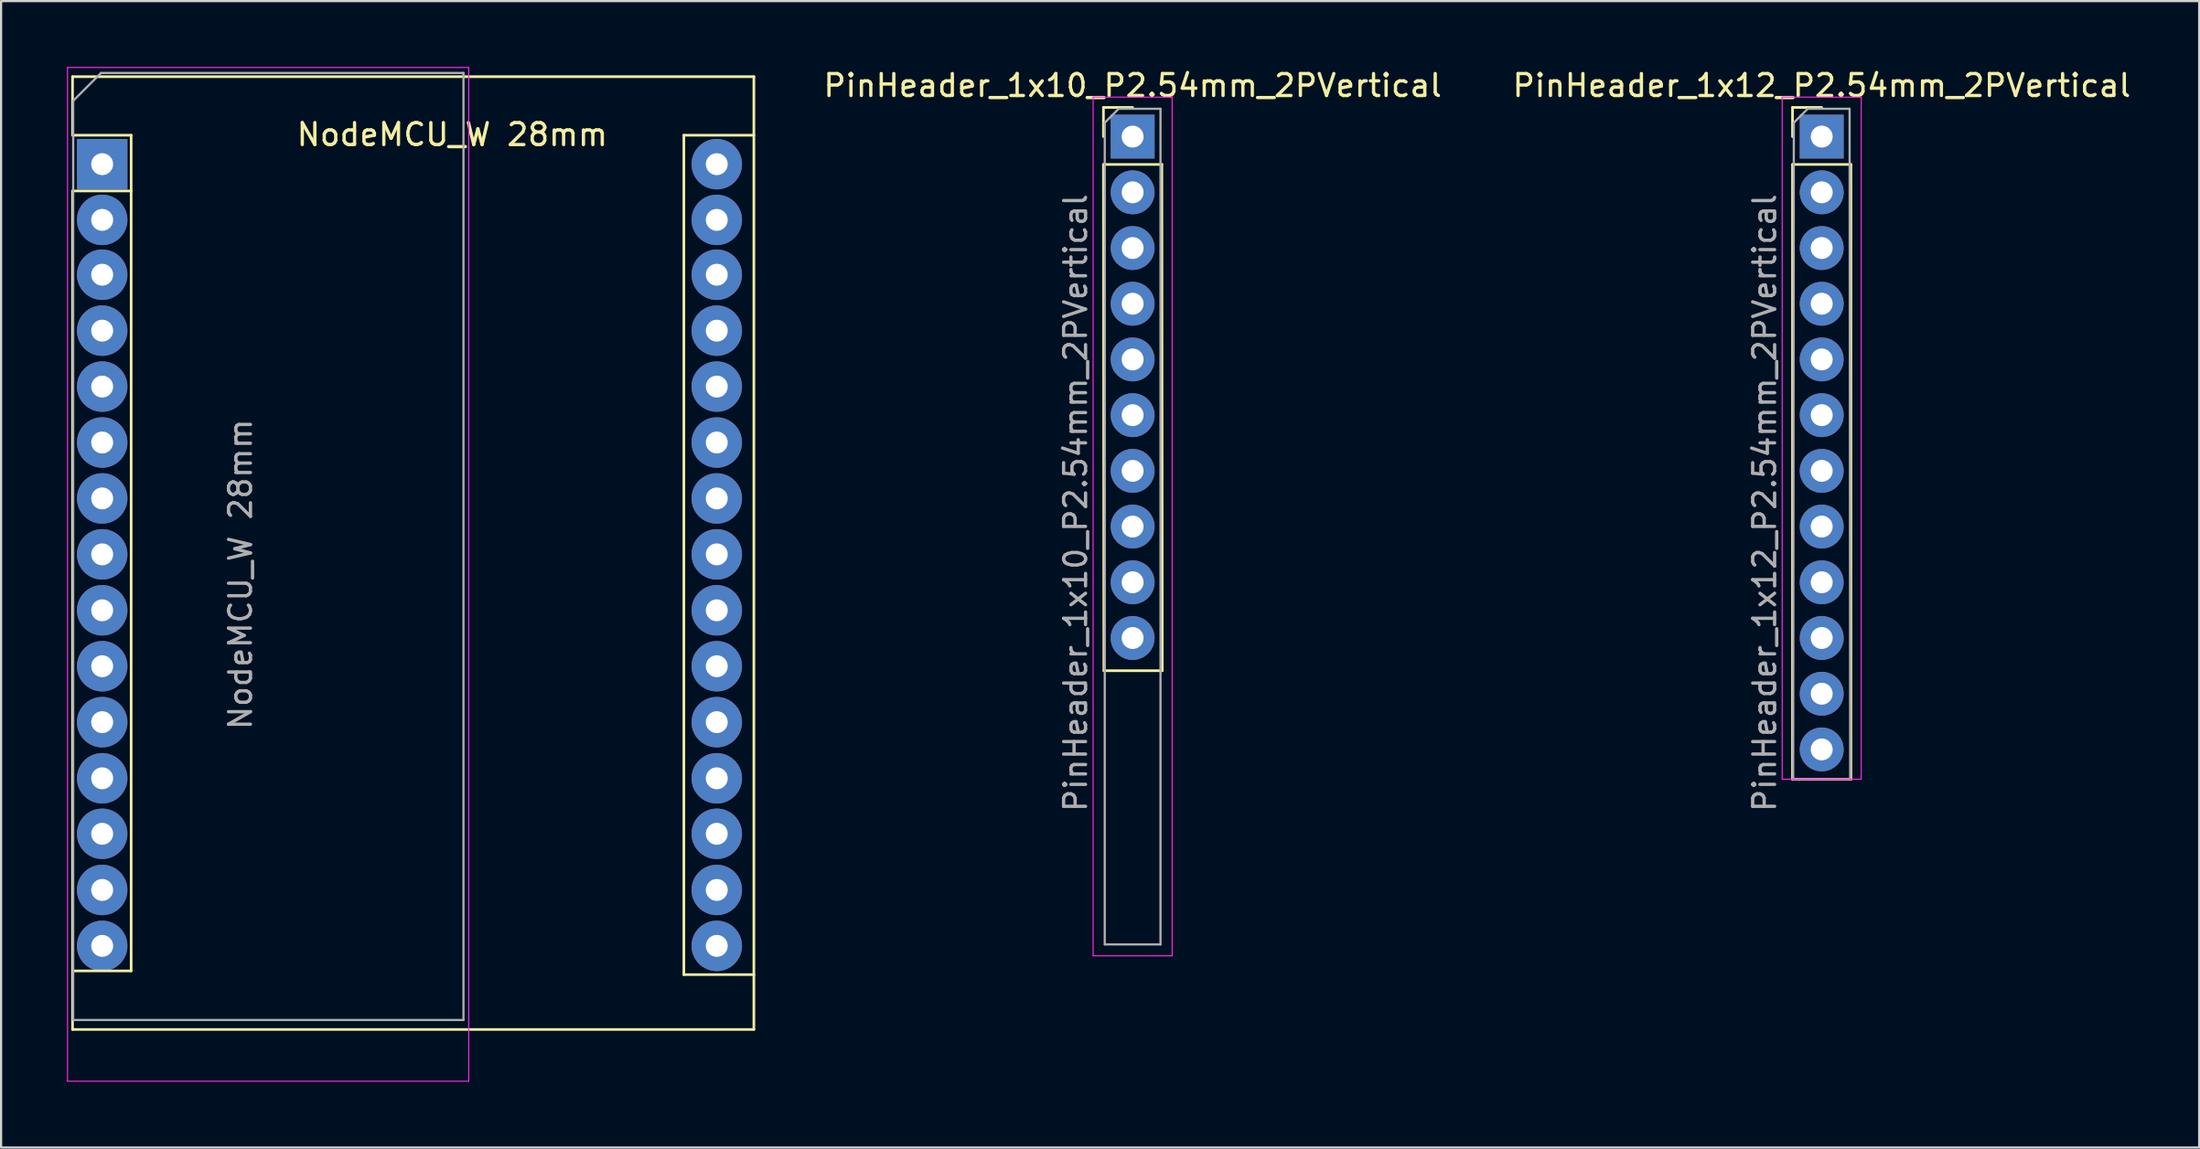
<source format=kicad_pcb>
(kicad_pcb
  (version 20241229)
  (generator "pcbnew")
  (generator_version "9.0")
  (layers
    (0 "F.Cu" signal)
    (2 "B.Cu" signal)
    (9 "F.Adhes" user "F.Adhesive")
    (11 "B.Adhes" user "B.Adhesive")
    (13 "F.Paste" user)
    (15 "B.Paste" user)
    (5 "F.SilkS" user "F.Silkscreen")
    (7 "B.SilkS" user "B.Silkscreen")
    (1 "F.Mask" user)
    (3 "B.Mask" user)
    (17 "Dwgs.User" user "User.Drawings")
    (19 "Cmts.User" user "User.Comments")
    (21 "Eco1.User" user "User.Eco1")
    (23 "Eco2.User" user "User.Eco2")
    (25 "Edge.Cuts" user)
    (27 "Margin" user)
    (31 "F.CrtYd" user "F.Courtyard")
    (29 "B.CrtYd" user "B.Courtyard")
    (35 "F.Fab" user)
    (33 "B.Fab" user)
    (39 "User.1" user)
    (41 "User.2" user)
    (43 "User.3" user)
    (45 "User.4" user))
  (footprint "PinHeader_1x10_P2.54mm_2PVertical"
    (layer "F.Cu")
    (at 48.551 3.178)
    (property "Reference" "PinHeader_1x10_P2.54mm_2PVertical" (at 0 -2.33 0) (layer "F.SilkS") (effects (font (size 1 1) (thickness 0.15))))
    (attr through_hole)
    (fp_line (start -1.33 -1.33) (end 0 -1.33) (stroke (width 0.12) (type solid)) (layer "F.SilkS"))
    (fp_line (start -1.33 0) (end -1.33 -1.33) (stroke (width 0.12) (type solid)) (layer "F.SilkS"))
    (fp_line (start -1.33 1.27) (end -1.31 24.35) (stroke (width 0.12) (type solid)) (layer "F.SilkS"))
    (fp_line (start -1.33 1.27) (end 1.33 1.27) (stroke (width 0.12) (type solid)) (layer "F.SilkS"))
    (fp_line (start -1.31 24.35) (end 1.35 24.35) (stroke (width 0.12) (type solid)) (layer "F.SilkS"))
    (fp_line (start 1.33 1.27) (end 1.35 24.35) (stroke (width 0.12) (type solid)) (layer "F.SilkS"))
    (fp_line (start -1.8 -1.8) (end -1.8 37.35) (stroke (width 0.05) (type solid)) (layer "F.CrtYd"))
    (fp_line (start -1.8 37.35) (end 1.8 37.35) (stroke (width 0.05) (type solid)) (layer "F.CrtYd"))
    (fp_line (start 1.8 -1.8) (end -1.8 -1.8) (stroke (width 0.05) (type solid)) (layer "F.CrtYd"))
    (fp_line (start 1.8 37.35) (end 1.8 -1.8) (stroke (width 0.05) (type solid)) (layer "F.CrtYd"))
    (fp_line (start -1.27 -0.635) (end -0.635 -1.27) (stroke (width 0.1) (type solid)) (layer "F.Fab"))
    (fp_line (start -1.27 36.83) (end -1.27 -0.635) (stroke (width 0.1) (type solid)) (layer "F.Fab"))
    (fp_line (start -0.635 -1.27) (end 1.27 -1.27) (stroke (width 0.1) (type solid)) (layer "F.Fab"))
    (fp_line (start 1.27 -1.27) (end 1.27 36.83) (stroke (width 0.1) (type solid)) (layer "F.Fab"))
    (fp_line (start 1.27 36.83) (end -1.27 36.83) (stroke (width 0.1) (type solid)) (layer "F.Fab"))
    (fp_text user "${REFERENCE}" (at -2.6 16.7 90) (layer "F.Fab") (effects (font (size 1 1) (thickness 0.15))))
    (pad "1" thru_hole rect (at 0 0) (size 2 2) (drill 1) (layers "*.Cu" "*.Mask"))
    (pad "2" thru_hole oval (at 0 2.54) (size 2 2) (drill 1) (layers "*.Cu" "*.Mask"))
    (pad "3" thru_hole circle (at 0 5.08) (size 2 2) (drill 1) (layers "*.Cu" "*.Mask"))
    (pad "4" thru_hole circle (at 0 7.62) (size 2 2) (drill 1) (layers "*.Cu" "*.Mask"))
    (pad "5" thru_hole circle (at 0 10.16) (size 2 2) (drill 1) (layers "*.Cu" "*.Mask"))
    (pad "6" thru_hole circle (at 0 12.7) (size 2 2) (drill 1) (layers "*.Cu" "*.Mask"))
    (pad "7" thru_hole circle (at 0 15.24) (size 2 2) (drill 1) (layers "*.Cu" "*.Mask"))
    (pad "8" thru_hole circle (at 0 17.78) (size 2 2) (drill 1) (layers "*.Cu" "*.Mask"))
    (pad "9" thru_hole circle (at 0 20.32) (size 2 2) (drill 1) (layers "*.Cu" "*.Mask"))
    (pad "10" thru_hole circle (at 0 22.86) (size 2 2) (drill 1) (layers "*.Cu" "*.Mask")))
  (footprint "PinHeader_1x12_P2.54mm_2PVertical"
    (layer "F.Cu")
    (at 79.944 3.178)
    (property "Reference" "PinHeader_1x12_P2.54mm_2PVertical" (at 0 -2.33 0) (layer "F.SilkS") (effects (font (size 1 1) (thickness 0.15))))
    (attr through_hole)
    (fp_line (start -1.33 -1.33) (end 0 -1.33) (stroke (width 0.12) (type solid)) (layer "F.SilkS"))
    (fp_line (start -1.33 0) (end -1.33 -1.33) (stroke (width 0.12) (type solid)) (layer "F.SilkS"))
    (fp_line (start -1.33 1.27) (end -1.33 29.3) (stroke (width 0.12) (type solid)) (layer "F.SilkS"))
    (fp_line (start -1.33 1.27) (end 1.33 1.27) (stroke (width 0.12) (type solid)) (layer "F.SilkS"))
    (fp_line (start -1.33 29.3) (end 1.33 29.3) (stroke (width 0.12) (type solid)) (layer "F.SilkS"))
    (fp_line (start 1.33 1.27) (end 1.33 29.3) (stroke (width 0.12) (type solid)) (layer "F.SilkS"))
    (fp_line (start -1.8 -1.8) (end -1.8 29.3) (stroke (width 0.05) (type solid)) (layer "F.CrtYd"))
    (fp_line (start -1.8 29.3) (end 1.8 29.3) (stroke (width 0.05) (type solid)) (layer "F.CrtYd"))
    (fp_line (start 1.8 -1.8) (end -1.8 -1.8) (stroke (width 0.05) (type solid)) (layer "F.CrtYd"))
    (fp_line (start 1.8 29.3) (end 1.8 -1.8) (stroke (width 0.05) (type solid)) (layer "F.CrtYd"))
    (fp_line (start -1.3 29.3) (end -1.27 -0.635) (stroke (width 0.1) (type solid)) (layer "F.Fab"))
    (fp_line (start -1.27 -0.635) (end -0.635 -1.27) (stroke (width 0.1) (type solid)) (layer "F.Fab"))
    (fp_line (start -0.635 -1.27) (end 1.27 -1.27) (stroke (width 0.1) (type solid)) (layer "F.Fab"))
    (fp_line (start 1.27 -1.27) (end 1.3 29.3) (stroke (width 0.1) (type solid)) (layer "F.Fab"))
    (fp_line (start 1.27 29.3) (end -1.27 29.3) (stroke (width 0.1) (type solid)) (layer "F.Fab"))
    (fp_text user "${REFERENCE}" (at -2.6 16.7 90) (layer "F.Fab") (effects (font (size 1 1) (thickness 0.15))))
    (pad "1" thru_hole rect (at 0 0) (size 2 2) (drill 1) (layers "*.Cu" "*.Mask"))
    (pad "2" thru_hole oval (at 0 2.54) (size 2 2) (drill 1) (layers "*.Cu" "*.Mask"))
    (pad "3" thru_hole circle (at 0 5.08) (size 2 2) (drill 1) (layers "*.Cu" "*.Mask"))
    (pad "4" thru_hole circle (at 0 7.62) (size 2 2) (drill 1) (layers "*.Cu" "*.Mask"))
    (pad "5" thru_hole circle (at 0 10.16) (size 2 2) (drill 1) (layers "*.Cu" "*.Mask"))
    (pad "6" thru_hole circle (at 0 12.7) (size 2 2) (drill 1) (layers "*.Cu" "*.Mask"))
    (pad "7" thru_hole circle (at 0 15.24) (size 2 2) (drill 1) (layers "*.Cu" "*.Mask"))
    (pad "8" thru_hole circle (at 0 17.78) (size 2 2) (drill 1) (layers "*.Cu" "*.Mask"))
    (pad "9" thru_hole circle (at 0 20.32) (size 2 2) (drill 1) (layers "*.Cu" "*.Mask"))
    (pad "10" thru_hole circle (at 0 22.86) (size 2 2) (drill 1) (layers "*.Cu" "*.Mask"))
    (pad "11" thru_hole circle (at 0 25.4) (size 2 2) (drill 1) (layers "*.Cu" "*.Mask"))
    (pad "12" thru_hole circle (at 0 27.94) (size 2 2) (drill 1) (layers "*.Cu" "*.Mask")))
  (footprint "NodeMCU_W 28mm"
    (layer "F.Cu")
    (at 1.555 4.085)
    (property "Reference" "NodeMCU_W 28mm" (at 16 -1 0) (layer "F.SilkS") (effects (font (size 1 1) (thickness 0.15))))
    (attr through_hole)
    (fp_line (start -1.3 -3.64) (end -1.3 -0.97) (stroke (width 0.12) (type solid)) (layer "F.SilkS"))
    (fp_line (start -1.3 1.57) (end -1.3 39.8) (stroke (width 0.12) (type solid)) (layer "F.SilkS"))
    (fp_line (start -1.3 39.8) (end 29.74 39.8) (stroke (width 0.12) (type solid)) (layer "F.SilkS"))
    (fp_line (start 1.37 -0.97) (end -1.3 -0.97) (stroke (width 0.12) (type solid)) (layer "F.SilkS"))
    (fp_line (start 1.37 1.57) (end -1.3 1.57) (stroke (width 0.12) (type solid)) (layer "F.SilkS"))
    (fp_line (start 1.37 1.57) (end 1.37 -0.97) (stroke (width 0.12) (type solid)) (layer "F.SilkS"))
    (fp_line (start 1.37 1.57) (end 1.37 37.13) (stroke (width 0.12) (type solid)) (layer "F.SilkS"))
    (fp_line (start 1.37 37.13) (end -1.3 37.13) (stroke (width 0.12) (type solid)) (layer "F.SilkS"))
    (fp_line (start 26.55 -0.97) (end 26.55 37.3) (stroke (width 0.12) (type solid)) (layer "F.SilkS"))
    (fp_line (start 26.55 -0.97) (end 29.74 -0.97) (stroke (width 0.12) (type solid)) (layer "F.SilkS"))
    (fp_line (start 26.55 37.3) (end 29.74 37.3) (stroke (width 0.12) (type solid)) (layer "F.SilkS"))
    (fp_line (start 29.74 -3.64) (end -1.3 -3.64) (stroke (width 0.12) (type solid)) (layer "F.SilkS"))
    (fp_line (start 29.74 39.8) (end 29.74 -3.64) (stroke (width 0.12) (type solid)) (layer "F.SilkS"))
    (fp_line (start -1.53 -4.06) (end -1.53 42.16) (stroke (width 0.05) (type solid)) (layer "F.CrtYd"))
    (fp_line (start -1.53 -4.06) (end 16.75 -4.06) (stroke (width 0.05) (type solid)) (layer "F.CrtYd"))
    (fp_line (start 16.75 42.16) (end -1.53 42.16) (stroke (width 0.05) (type solid)) (layer "F.CrtYd"))
    (fp_line (start 16.75 42.16) (end 16.75 -4.06) (stroke (width 0.05) (type solid)) (layer "F.CrtYd"))
    (fp_line (start -1.27 -2.54) (end 0 -3.81) (stroke (width 0.1) (type solid)) (layer "F.Fab"))
    (fp_line (start -1.27 39.37) (end -1.27 -2.54) (stroke (width 0.1) (type solid)) (layer "F.Fab"))
    (fp_line (start 0 -3.81) (end 16.51 -3.81) (stroke (width 0.1) (type solid)) (layer "F.Fab"))
    (fp_line (start 16.51 -3.81) (end 16.51 39.37) (stroke (width 0.1) (type solid)) (layer "F.Fab"))
    (fp_line (start 16.51 39.37) (end -1.27 39.37) (stroke (width 0.1) (type solid)) (layer "F.Fab"))
    (fp_text user "${REFERENCE}" (at 6.35 19.05 90) (layer "F.Fab") (effects (font (size 1 1) (thickness 0.15))))
    (pad "1" thru_hole rect (at 0.05 0.35 270) (size 2.3 2.3) (drill 1) (layers "*.Cu" "*.Mask"))
    (pad "2" thru_hole circle (at 0.05 2.89 270) (size 2.3 2.3) (drill 1) (layers "*.Cu" "*.Mask"))
    (pad "3" thru_hole circle (at 0.05 5.39 270) (size 2.3 2.3) (drill 1) (layers "*.Cu" "*.Mask"))
    (pad "4" thru_hole circle (at 0.05 7.94 270) (size 2.3 2.3) (drill 1) (layers "*.Cu" "*.Mask"))
    (pad "5" thru_hole circle (at 0.05 10.49 270) (size 2.3 2.3) (drill 1) (layers "*.Cu" "*.Mask"))
    (pad "6" thru_hole circle (at 0.05 13.04 270) (size 2.3 2.3) (drill 1) (layers "*.Cu" "*.Mask"))
    (pad "7" thru_hole circle (at 0.05 15.59 270) (size 2.3 2.3) (drill 1) (layers "*.Cu" "*.Mask"))
    (pad "8" thru_hole circle (at 0.05 18.14 270) (size 2.3 2.3) (drill 1) (layers "*.Cu" "*.Mask"))
    (pad "9" thru_hole circle (at 0.05 20.69 270) (size 2.3 2.3) (drill 1) (layers "*.Cu" "*.Mask"))
    (pad "10" thru_hole circle (at 0.05 23.24 270) (size 2.3 2.3) (drill 1) (layers "*.Cu" "*.Mask"))
    (pad "11" thru_hole circle (at 0.05 25.79 270) (size 2.3 2.3) (drill 1) (layers "*.Cu" "*.Mask"))
    (pad "12" thru_hole circle (at 0.05 28.35 270) (size 2.3 2.3) (drill 1) (layers "*.Cu" "*.Mask"))
    (pad "13" thru_hole circle (at 0.05 30.88 270) (size 2.3 2.3) (drill 1) (layers "*.Cu" "*.Mask"))
    (pad "14" thru_hole circle (at 0.05 33.44 270) (size 2.3 2.3) (drill 1) (layers "*.Cu" "*.Mask"))
    (pad "15" thru_hole circle (at 0.05 35.99 270) (size 2.3 2.3) (drill 1) (layers "*.Cu" "*.Mask"))
    (pad "16" thru_hole circle (at 28.05 35.99 270) (size 2.3 2.3) (drill 1) (layers "*.Cu" "*.Mask"))
    (pad "17" thru_hole circle (at 28.05 33.44 270) (size 2.3 2.3) (drill 1) (layers "*.Cu" "*.Mask"))
    (pad "18" thru_hole circle (at 28.05 30.88 270) (size 2.3 2.3) (drill 1) (layers "*.Cu" "*.Mask"))
    (pad "19" thru_hole circle (at 28.05 28.35 270) (size 2.3 2.3) (drill 1) (layers "*.Cu" "*.Mask"))
    (pad "20" thru_hole circle (at 28.05 25.79 270) (size 2.3 2.3) (drill 1) (layers "*.Cu" "*.Mask"))
    (pad "21" thru_hole circle (at 28.05 23.24 270) (size 2.3 2.3) (drill 1) (layers "*.Cu" "*.Mask"))
    (pad "22" thru_hole circle (at 28.05 20.69 270) (size 2.3 2.3) (drill 1) (layers "*.Cu" "*.Mask"))
    (pad "23" thru_hole circle (at 28.05 18.14 270) (size 2.3 2.3) (drill 1) (layers "*.Cu" "*.Mask"))
    (pad "24" thru_hole circle (at 28.05 15.59 270) (size 2.3 2.3) (drill 1) (layers "*.Cu" "*.Mask"))
    (pad "25" thru_hole circle (at 28.05 13.04 270) (size 2.3 2.3) (drill 1) (layers "*.Cu" "*.Mask"))
    (pad "26" thru_hole circle (at 28.05 10.49 270) (size 2.3 2.3) (drill 1) (layers "*.Cu" "*.Mask"))
    (pad "27" thru_hole circle (at 28.05 7.94 270) (size 2.3 2.3) (drill 1) (layers "*.Cu" "*.Mask"))
    (pad "28" thru_hole circle (at 28.05 5.39 270) (size 2.3 2.3) (drill 1) (layers "*.Cu" "*.Mask"))
    (pad "29" thru_hole circle (at 28.05 2.89 270) (size 2.3 2.3) (drill 1) (layers "*.Cu" "*.Mask"))
    (pad "30" thru_hole circle (at 28.05 0.35 270) (size 2.3 2.3) (drill 1) (layers "*.Cu" "*.Mask")))
  (gr_rect
    (start -3 -3)
    (end 97.141 49.27)
    (stroke (width 0.1) (type default))
    (fill no)
    (layer "Edge.Cuts")))
</source>
